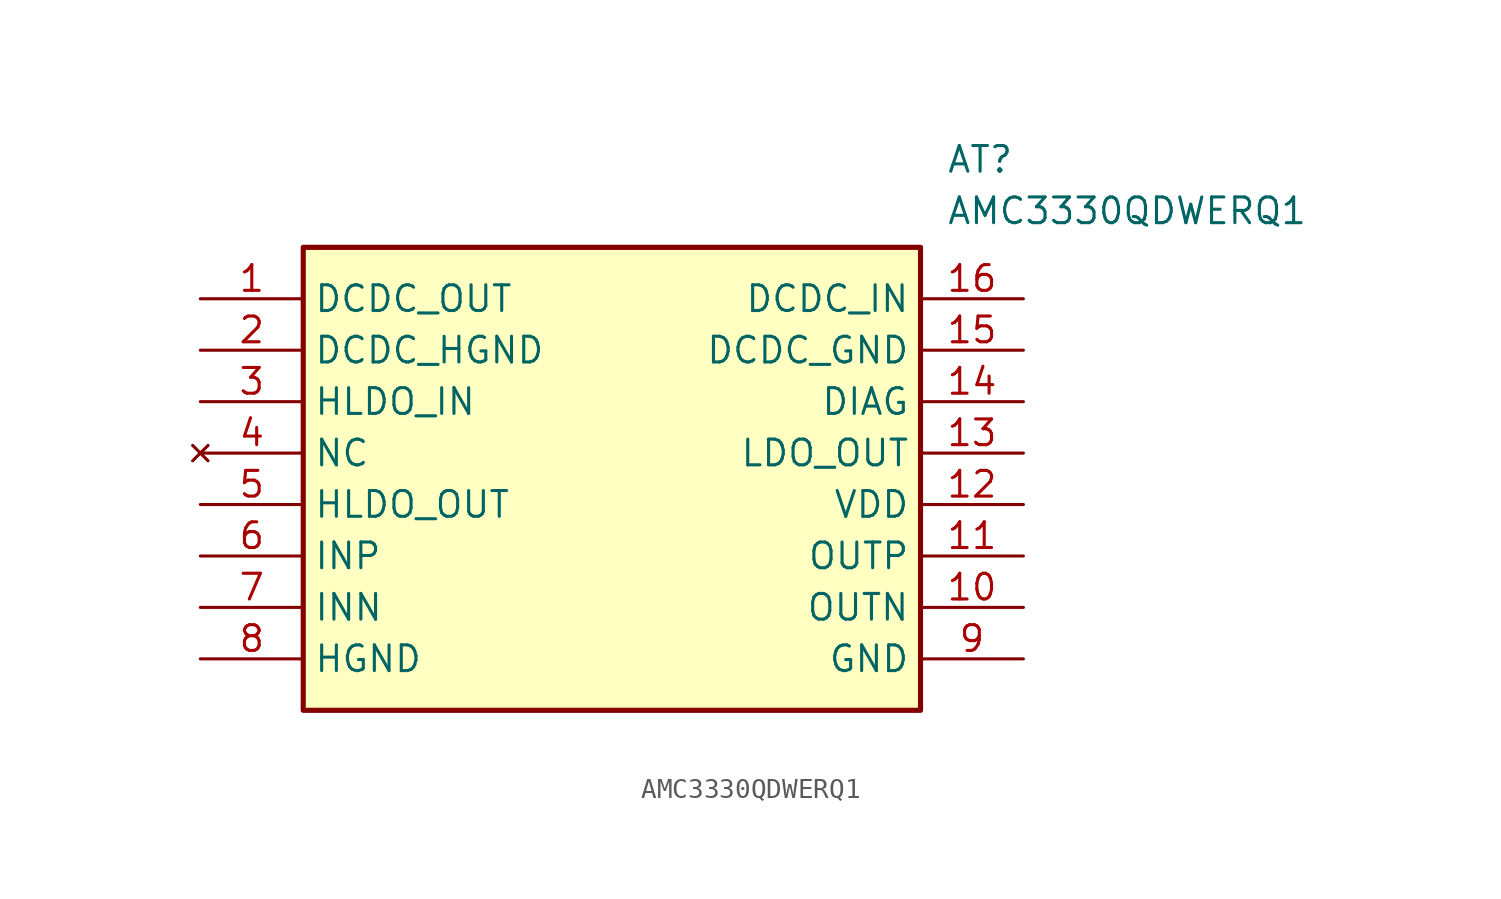
<source format=kicad_sym>
(kicad_symbol_lib
  (version 20211014)
  (generator SamacSys_ECAD_Model)
  (symbol "AMC3330QDWERQ1"
    (property "Reference" "AT"
      (at 36.83 7.62 0)
      (effects (font (size 1.27 1.27)) (justify left top)))
    (property "Value" "AMC3330QDWERQ1"
      (at 36.83 5.08 0)
      (effects (font (size 1.27 1.27)) (justify left top)))
    (rectangle
      (start 5.08 2.54)
      (end 35.56 -20.32)
      (stroke (width 0.254) (type default))
      (fill (type background)))
    (pin power_in line
      (at 0 0 0)
      (length 5.08)
      (name "DCDC_OUT" (effects (font (size 1.27 1.27))))
      (number "1" (effects (font (size 1.27 1.27)))))
    (pin power_in line
      (at 0 -2.54 0)
      (length 5.08)
      (name "DCDC_HGND" (effects (font (size 1.27 1.27))))
      (number "2" (effects (font (size 1.27 1.27)))))
    (pin power_in line
      (at 0 -5.08 0)
      (length 5.08)
      (name "HLDO_IN" (effects (font (size 1.27 1.27))))
      (number "3" (effects (font (size 1.27 1.27)))))
    (pin no_connect line
      (at 0 -7.62 0)
      (length 5.08)
      (name "NC" (effects (font (size 1.27 1.27))))
      (number "4" (effects (font (size 1.27 1.27)))))
    (pin power_in line
      (at 0 -10.16 0)
      (length 5.08)
      (name "HLDO_OUT" (effects (font (size 1.27 1.27))))
      (number "5" (effects (font (size 1.27 1.27)))))
    (pin input line
      (at 0 -12.7 0)
      (length 5.08)
      (name "INP" (effects (font (size 1.27 1.27))))
      (number "6" (effects (font (size 1.27 1.27)))))
    (pin input line
      (at 0 -15.24 0)
      (length 5.08)
      (name "INN" (effects (font (size 1.27 1.27))))
      (number "7" (effects (font (size 1.27 1.27)))))
    (pin power_in line
      (at 0 -17.78 0)
      (length 5.08)
      (name "HGND" (effects (font (size 1.27 1.27))))
      (number "8" (effects (font (size 1.27 1.27)))))
    (pin power_in line
      (at 40.64 0 180)
      (length 5.08)
      (name "DCDC_IN" (effects (font (size 1.27 1.27))))
      (number "16" (effects (font (size 1.27 1.27)))))
    (pin power_in line
      (at 40.64 -2.54 180)
      (length 5.08)
      (name "DCDC_GND" (effects (font (size 1.27 1.27))))
      (number "15" (effects (font (size 1.27 1.27)))))
    (pin output line
      (at 40.64 -5.08 180)
      (length 5.08)
      (name "DIAG" (effects (font (size 1.27 1.27))))
      (number "14" (effects (font (size 1.27 1.27)))))
    (pin power_in line
      (at 40.64 -7.62 180)
      (length 5.08)
      (name "LDO_OUT" (effects (font (size 1.27 1.27))))
      (number "13" (effects (font (size 1.27 1.27)))))
    (pin power_in line
      (at 40.64 -10.16 180)
      (length 5.08)
      (name "VDD" (effects (font (size 1.27 1.27))))
      (number "12" (effects (font (size 1.27 1.27)))))
    (pin output line
      (at 40.64 -12.7 180)
      (length 5.08)
      (name "OUTP" (effects (font (size 1.27 1.27))))
      (number "11" (effects (font (size 1.27 1.27)))))
    (pin output line
      (at 40.64 -15.24 180)
      (length 5.08)
      (name "OUTN" (effects (font (size 1.27 1.27))))
      (number "10" (effects (font (size 1.27 1.27)))))
    (pin power_in line
      (at 40.64 -17.78 180)
      (length 5.08)
      (name "GND" (effects (font (size 1.27 1.27))))
      (number "9" (effects (font (size 1.27 1.27)))))))
</source>
